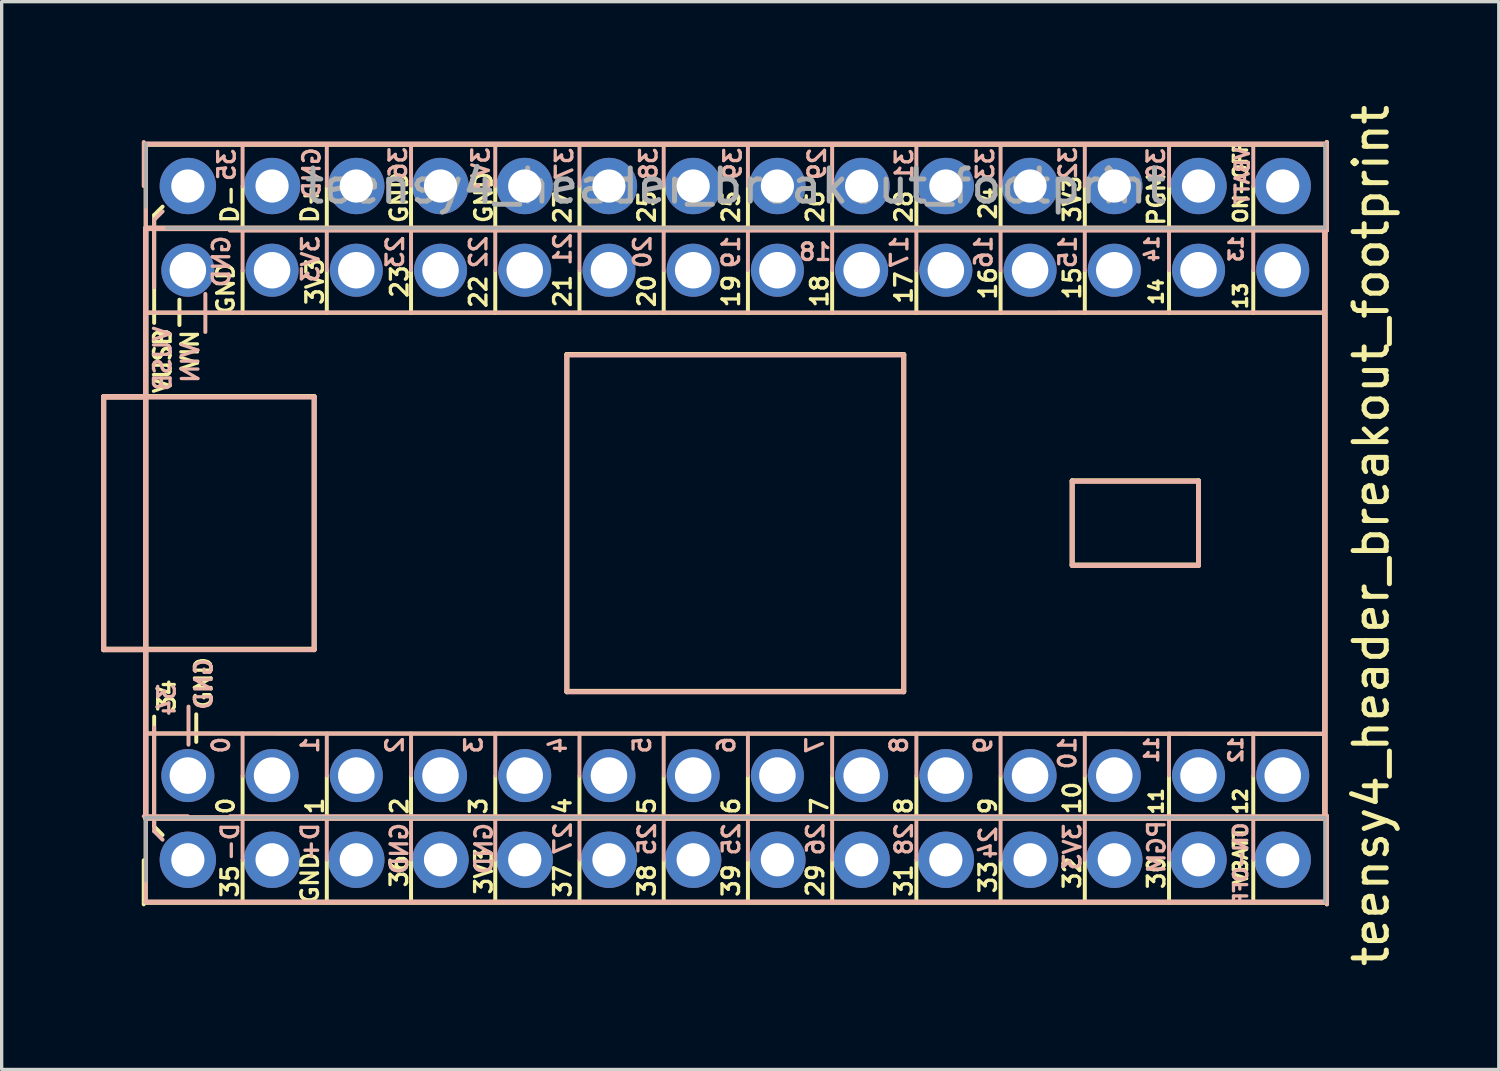
<source format=kicad_pcb>
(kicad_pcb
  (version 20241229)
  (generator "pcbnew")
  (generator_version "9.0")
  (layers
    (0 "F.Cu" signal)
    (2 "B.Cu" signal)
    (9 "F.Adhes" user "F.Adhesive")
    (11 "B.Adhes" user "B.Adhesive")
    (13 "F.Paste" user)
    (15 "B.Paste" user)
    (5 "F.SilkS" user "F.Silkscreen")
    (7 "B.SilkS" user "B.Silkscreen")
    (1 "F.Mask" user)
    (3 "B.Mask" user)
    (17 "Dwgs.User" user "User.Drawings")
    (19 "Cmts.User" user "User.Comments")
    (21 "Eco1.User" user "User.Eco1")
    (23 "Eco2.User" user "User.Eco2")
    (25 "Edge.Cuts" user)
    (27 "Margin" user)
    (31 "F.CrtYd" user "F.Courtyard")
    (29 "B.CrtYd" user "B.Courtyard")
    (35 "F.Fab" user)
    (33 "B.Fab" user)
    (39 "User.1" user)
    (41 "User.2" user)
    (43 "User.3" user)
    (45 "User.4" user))
  (footprint "teensy4_header_breakout_footprint"
    (layer "F.Cu")
    (at 19.125 12.72)
    (property "Reference" "teensy4_header_breakout_footprint" (at 19.177 0.381 90) (layer "F.SilkS") (effects (font (size 1 1) (thickness 0.15))))
    (attr through_hole)
    (fp_line (start -19.05 -3.81) (end -12.7 -3.81) (stroke (width 0.15) (type solid)) (layer "F.SilkS"))
    (fp_line (start -19.05 -3.797) (end -17.78 -3.797) (stroke (width 0.15) (type solid)) (layer "F.SilkS"))
    (fp_line (start -19.05 3.81) (end -19.05 -3.81) (stroke (width 0.15) (type solid)) (layer "F.SilkS"))
    (fp_line (start -19.05 3.823) (end -19.05 -3.797) (stroke (width 0.15) (type solid)) (layer "F.SilkS"))
    (fp_line (start -17.84 11.503) (end -17.84 10.173) (stroke (width 0.12) (type solid)) (layer "F.SilkS"))
    (fp_line (start -17.78 -8.89) (end -17.78 8.89) (stroke (width 0.15) (type solid)) (layer "F.SilkS"))
    (fp_line (start -17.78 -8.877) (end -17.78 8.903) (stroke (width 0.15) (type solid)) (layer "F.SilkS"))
    (fp_line (start -17.78 -6.337) (end 17.78 -6.337) (stroke (width 0.12) (type solid)) (layer "F.SilkS"))
    (fp_line (start -17.78 0.013) (end -17.78 -11.417) (stroke (width 0.12) (type solid)) (layer "F.SilkS"))
    (fp_line (start -17.78 0.013) (end -17.78 11.443) (stroke (width 0.12) (type solid)) (layer "F.SilkS"))
    (fp_line (start -17.78 3.823) (end -19.05 3.823) (stroke (width 0.15) (type solid)) (layer "F.SilkS"))
    (fp_line (start -17.78 8.903) (end 17.78 8.903) (stroke (width 0.15) (type solid)) (layer "F.SilkS"))
    (fp_line (start -17.78 11.443) (end 17.78 11.443) (stroke (width 0.15) (type solid)) (layer "F.SilkS"))
    (fp_line (start -17.526 -9.284) (end -17.272 -9.538) (stroke (width 0.12) (type solid)) (layer "F.SilkS"))
    (fp_line (start -17.526 -6.032) (end -17.526 -9.284) (stroke (width 0.12) (type solid)) (layer "F.SilkS"))
    (fp_line (start -17.526 5.842) (end -17.526 9.157) (stroke (width 0.12) (type solid)) (layer "F.SilkS"))
    (fp_line (start -17.526 9.157) (end -17.272 9.411) (stroke (width 0.12) (type solid)) (layer "F.SilkS"))
    (fp_line (start -16.764 -6.731) (end -16.764 -5.969) (stroke (width 0.12) (type solid)) (layer "F.SilkS"))
    (fp_line (start -16.256 5.773) (end -16.256 6.604) (stroke (width 0.12) (type solid)) (layer "F.SilkS"))
    (fp_line (start -14.859 -8.877) (end -14.859 -10.147) (stroke (width 0.12) (type solid)) (layer "F.SilkS"))
    (fp_line (start -14.859 -6.337) (end -14.859 -7.607) (stroke (width 0.12) (type solid)) (layer "F.SilkS"))
    (fp_line (start -14.859 8.903) (end -14.859 7.633) (stroke (width 0.12) (type solid)) (layer "F.SilkS"))
    (fp_line (start -14.859 11.443) (end -14.859 10.173) (stroke (width 0.12) (type solid)) (layer "F.SilkS"))
    (fp_line (start -12.7 -3.81) (end -12.7 3.81) (stroke (width 0.15) (type solid)) (layer "F.SilkS"))
    (fp_line (start -12.7 3.81) (end -19.05 3.81) (stroke (width 0.15) (type solid)) (layer "F.SilkS"))
    (fp_line (start -12.319 -8.877) (end -12.319 -10.14) (stroke (width 0.12) (type solid)) (layer "F.SilkS"))
    (fp_line (start -12.319 -6.337) (end -12.319 -7.6) (stroke (width 0.12) (type solid)) (layer "F.SilkS"))
    (fp_line (start -12.319 8.903) (end -12.319 7.64) (stroke (width 0.12) (type solid)) (layer "F.SilkS"))
    (fp_line (start -12.319 11.443) (end -12.319 10.18) (stroke (width 0.12) (type solid)) (layer "F.SilkS"))
    (fp_line (start -9.779 -8.877) (end -9.779 -10.14) (stroke (width 0.12) (type solid)) (layer "F.SilkS"))
    (fp_line (start -9.779 -6.337) (end -9.779 -7.6) (stroke (width 0.12) (type solid)) (layer "F.SilkS"))
    (fp_line (start -9.779 8.903) (end -9.779 7.64) (stroke (width 0.12) (type solid)) (layer "F.SilkS"))
    (fp_line (start -9.779 11.443) (end -9.779 10.18) (stroke (width 0.12) (type solid)) (layer "F.SilkS"))
    (fp_line (start -7.239 -8.877) (end -7.239 -10.14) (stroke (width 0.12) (type solid)) (layer "F.SilkS"))
    (fp_line (start -7.239 -6.337) (end -7.239 -7.6) (stroke (width 0.12) (type solid)) (layer "F.SilkS"))
    (fp_line (start -7.239 8.903) (end -7.239 7.64) (stroke (width 0.12) (type solid)) (layer "F.SilkS"))
    (fp_line (start -7.239 11.443) (end -7.239 10.18) (stroke (width 0.12) (type solid)) (layer "F.SilkS"))
    (fp_line (start -5.08 -5.08) (end -5.08 5.08) (stroke (width 0.15) (type solid)) (layer "F.SilkS"))
    (fp_line (start -5.08 5.08) (end 5.08 5.08) (stroke (width 0.15) (type solid)) (layer "F.SilkS"))
    (fp_line (start -4.699 -8.877) (end -4.699 -10.14) (stroke (width 0.12) (type solid)) (layer "F.SilkS"))
    (fp_line (start -4.699 -6.337) (end -4.699 -7.6) (stroke (width 0.12) (type solid)) (layer "F.SilkS"))
    (fp_line (start -4.699 8.903) (end -4.699 7.64) (stroke (width 0.12) (type solid)) (layer "F.SilkS"))
    (fp_line (start -4.699 11.443) (end -4.699 10.18) (stroke (width 0.12) (type solid)) (layer "F.SilkS"))
    (fp_line (start -2.159 -8.877) (end -2.159 -10.14) (stroke (width 0.12) (type solid)) (layer "F.SilkS"))
    (fp_line (start -2.159 -6.337) (end -2.159 -7.6) (stroke (width 0.12) (type solid)) (layer "F.SilkS"))
    (fp_line (start -2.159 8.903) (end -2.159 7.64) (stroke (width 0.12) (type solid)) (layer "F.SilkS"))
    (fp_line (start -2.159 11.443) (end -2.159 10.18) (stroke (width 0.12) (type solid)) (layer "F.SilkS"))
    (fp_line (start 0.381 -8.877) (end 0.381 -10.14) (stroke (width 0.12) (type solid)) (layer "F.SilkS"))
    (fp_line (start 0.381 -6.337) (end 0.381 -7.6) (stroke (width 0.12) (type solid)) (layer "F.SilkS"))
    (fp_line (start 0.381 8.903) (end 0.381 7.64) (stroke (width 0.12) (type solid)) (layer "F.SilkS"))
    (fp_line (start 0.381 11.443) (end 0.381 10.18) (stroke (width 0.12) (type solid)) (layer "F.SilkS"))
    (fp_line (start 2.921 -8.877) (end 2.921 -10.14) (stroke (width 0.12) (type solid)) (layer "F.SilkS"))
    (fp_line (start 2.921 -6.337) (end 2.921 -7.6) (stroke (width 0.12) (type solid)) (layer "F.SilkS"))
    (fp_line (start 2.921 8.903) (end 2.921 7.64) (stroke (width 0.12) (type solid)) (layer "F.SilkS"))
    (fp_line (start 2.921 11.443) (end 2.921 10.18) (stroke (width 0.12) (type solid)) (layer "F.SilkS"))
    (fp_line (start 5.08 -5.08) (end -5.08 -5.08) (stroke (width 0.15) (type solid)) (layer "F.SilkS"))
    (fp_line (start 5.08 5.08) (end 5.08 -5.08) (stroke (width 0.15) (type solid)) (layer "F.SilkS"))
    (fp_line (start 5.461 -8.877) (end 5.461 -10.14) (stroke (width 0.12) (type solid)) (layer "F.SilkS"))
    (fp_line (start 5.461 -6.337) (end 5.461 -7.6) (stroke (width 0.12) (type solid)) (layer "F.SilkS"))
    (fp_line (start 5.461 8.903) (end 5.461 7.64) (stroke (width 0.12) (type solid)) (layer "F.SilkS"))
    (fp_line (start 5.461 11.443) (end 5.461 10.18) (stroke (width 0.12) (type solid)) (layer "F.SilkS"))
    (fp_line (start 8.001 -8.877) (end 8.001 -10.14) (stroke (width 0.12) (type solid)) (layer "F.SilkS"))
    (fp_line (start 8.001 -6.337) (end 8.001 -7.6) (stroke (width 0.12) (type solid)) (layer "F.SilkS"))
    (fp_line (start 8.001 8.903) (end 8.001 7.64) (stroke (width 0.12) (type solid)) (layer "F.SilkS"))
    (fp_line (start 8.001 11.443) (end 8.001 10.18) (stroke (width 0.12) (type solid)) (layer "F.SilkS"))
    (fp_line (start 10.16 -1.27) (end 13.97 -1.27) (stroke (width 0.15) (type solid)) (layer "F.SilkS"))
    (fp_line (start 10.16 1.27) (end 10.16 -1.27) (stroke (width 0.15) (type solid)) (layer "F.SilkS"))
    (fp_line (start 10.541 -8.877) (end 10.541 -10.14) (stroke (width 0.12) (type solid)) (layer "F.SilkS"))
    (fp_line (start 10.541 -6.337) (end 10.541 -7.6) (stroke (width 0.12) (type solid)) (layer "F.SilkS"))
    (fp_line (start 10.541 8.903) (end 10.541 7.64) (stroke (width 0.12) (type solid)) (layer "F.SilkS"))
    (fp_line (start 10.541 11.443) (end 10.541 10.18) (stroke (width 0.12) (type solid)) (layer "F.SilkS"))
    (fp_line (start 13.081 -8.877) (end 13.081 -10.14) (stroke (width 0.12) (type solid)) (layer "F.SilkS"))
    (fp_line (start 13.081 -6.337) (end 13.081 -7.6) (stroke (width 0.12) (type solid)) (layer "F.SilkS"))
    (fp_line (start 13.081 8.903) (end 13.081 7.64) (stroke (width 0.12) (type solid)) (layer "F.SilkS"))
    (fp_line (start 13.081 11.443) (end 13.081 10.18) (stroke (width 0.12) (type solid)) (layer "F.SilkS"))
    (fp_line (start 13.97 -1.27) (end 13.97 1.27) (stroke (width 0.15) (type solid)) (layer "F.SilkS"))
    (fp_line (start 13.97 1.27) (end 10.16 1.27) (stroke (width 0.15) (type solid)) (layer "F.SilkS"))
    (fp_line (start 15.621 -8.877) (end 15.621 -10.14) (stroke (width 0.12) (type solid)) (layer "F.SilkS"))
    (fp_line (start 15.621 -6.337) (end 15.621 -7.6) (stroke (width 0.12) (type solid)) (layer "F.SilkS"))
    (fp_line (start 15.621 8.903) (end 15.621 7.64) (stroke (width 0.12) (type solid)) (layer "F.SilkS"))
    (fp_line (start 15.621 11.443) (end 15.621 10.18) (stroke (width 0.12) (type solid)) (layer "F.SilkS"))
    (fp_line (start 17.78 -11.417) (end -17.78 -11.417) (stroke (width 0.15) (type solid)) (layer "F.SilkS"))
    (fp_line (start 17.78 -8.89) (end -17.78 -8.89) (stroke (width 0.15) (type solid)) (layer "F.SilkS"))
    (fp_line (start 17.78 6.363) (end -17.78 6.35) (stroke (width 0.12) (type solid)) (layer "F.SilkS"))
    (fp_line (start 17.78 8.89) (end 17.78 -8.89) (stroke (width 0.15) (type solid)) (layer "F.SilkS"))
    (fp_line (start 17.78 8.903) (end 17.78 -8.877) (stroke (width 0.15) (type solid)) (layer "F.SilkS"))
    (fp_line (start 17.84 -8.83) (end 17.84 -11.49) (stroke (width 0.12) (type solid)) (layer "F.SilkS"))
    (fp_line (start 17.84 -8.817) (end 17.84 -11.477) (stroke (width 0.12) (type solid)) (layer "F.SilkS"))
    (fp_line (start 17.84 11.49) (end 17.84 8.83) (stroke (width 0.12) (type solid)) (layer "F.SilkS"))
    (fp_line (start 17.84 11.503) (end 17.84 8.843) (stroke (width 0.12) (type solid)) (layer "F.SilkS"))
    (fp_line (start -19.05 -3.807) (end -19.05 3.813) (stroke (width 0.15) (type solid)) (layer "B.SilkS"))
    (fp_line (start -19.05 -3.795) (end -19.05 3.825) (stroke (width 0.15) (type solid)) (layer "B.SilkS"))
    (fp_line (start -19.05 3.813) (end -17.78 3.813) (stroke (width 0.15) (type solid)) (layer "B.SilkS"))
    (fp_line (start -19.05 3.825) (end -12.7 3.825) (stroke (width 0.15) (type solid)) (layer "B.SilkS"))
    (fp_line (start -17.84 -11.487) (end -17.84 -10.157) (stroke (width 0.12) (type solid)) (layer "B.SilkS"))
    (fp_line (start -17.78 -11.427) (end 17.78 -11.427) (stroke (width 0.15) (type solid)) (layer "B.SilkS"))
    (fp_line (start -17.78 -8.887) (end 17.78 -8.887) (stroke (width 0.15) (type solid)) (layer "B.SilkS"))
    (fp_line (start -17.78 -8.875) (end 17.78 -8.875) (stroke (width 0.15) (type solid)) (layer "B.SilkS"))
    (fp_line (start -17.78 -6.347) (end 9.754 -6.345) (stroke (width 0.12) (type solid)) (layer "B.SilkS"))
    (fp_line (start -17.78 -3.807) (end -19.05 -3.807) (stroke (width 0.15) (type solid)) (layer "B.SilkS"))
    (fp_line (start -17.78 0.003) (end -17.78 -11.427) (stroke (width 0.12) (type solid)) (layer "B.SilkS"))
    (fp_line (start -17.78 0.003) (end -17.78 11.433) (stroke (width 0.12) (type solid)) (layer "B.SilkS"))
    (fp_line (start -17.78 6.353) (end 17.78 6.353) (stroke (width 0.12) (type solid)) (layer "B.SilkS"))
    (fp_line (start -17.78 8.893) (end -17.78 -8.887) (stroke (width 0.15) (type solid)) (layer "B.SilkS"))
    (fp_line (start -17.78 8.905) (end -17.78 -8.875) (stroke (width 0.15) (type solid)) (layer "B.SilkS"))
    (fp_line (start -17.526 -9.141) (end -17.272 -9.395) (stroke (width 0.12) (type solid)) (layer "B.SilkS"))
    (fp_line (start -17.526 -7.109) (end -17.526 -9.141) (stroke (width 0.12) (type solid)) (layer "B.SilkS"))
    (fp_line (start -17.526 6.175) (end -17.526 9.299) (stroke (width 0.12) (type solid)) (layer "B.SilkS"))
    (fp_line (start -17.526 9.299) (end -17.272 9.553) (stroke (width 0.12) (type solid)) (layer "B.SilkS"))
    (fp_line (start -16.51 8.845) (end -17.84 8.845) (stroke (width 0.12) (type solid)) (layer "B.SilkS"))
    (fp_line (start -16.49 6.688) (end -16.49 5.54) (stroke (width 0.12) (type solid)) (layer "B.SilkS"))
    (fp_line (start -15.982 -5.758) (end -15.982 -6.906) (stroke (width 0.12) (type solid)) (layer "B.SilkS"))
    (fp_line (start -15.24 -8.815) (end 17.84 -8.815) (stroke (width 0.12) (type solid)) (layer "B.SilkS"))
    (fp_line (start -15.24 8.845) (end 17.84 8.845) (stroke (width 0.12) (type solid)) (layer "B.SilkS"))
    (fp_line (start -14.859 -11.427) (end -14.859 -10.157) (stroke (width 0.12) (type solid)) (layer "B.SilkS"))
    (fp_line (start -14.859 -8.887) (end -14.859 -7.617) (stroke (width 0.12) (type solid)) (layer "B.SilkS"))
    (fp_line (start -14.859 6.353) (end -14.859 7.623) (stroke (width 0.12) (type solid)) (layer "B.SilkS"))
    (fp_line (start -14.859 8.893) (end -14.859 10.163) (stroke (width 0.12) (type solid)) (layer "B.SilkS"))
    (fp_line (start -12.7 -3.795) (end -19.05 -3.795) (stroke (width 0.15) (type solid)) (layer "B.SilkS"))
    (fp_line (start -12.7 3.825) (end -12.7 -3.795) (stroke (width 0.15) (type solid)) (layer "B.SilkS"))
    (fp_line (start -12.319 -11.427) (end -12.319 -10.164) (stroke (width 0.12) (type solid)) (layer "B.SilkS"))
    (fp_line (start -12.319 -8.887) (end -12.319 -7.624) (stroke (width 0.12) (type solid)) (layer "B.SilkS"))
    (fp_line (start -12.319 6.353) (end -12.319 7.616) (stroke (width 0.12) (type solid)) (layer "B.SilkS"))
    (fp_line (start -12.319 8.893) (end -12.319 10.156) (stroke (width 0.12) (type solid)) (layer "B.SilkS"))
    (fp_line (start -9.779 -11.427) (end -9.779 -10.164) (stroke (width 0.12) (type solid)) (layer "B.SilkS"))
    (fp_line (start -9.779 -8.887) (end -9.779 -7.624) (stroke (width 0.12) (type solid)) (layer "B.SilkS"))
    (fp_line (start -9.779 6.353) (end -9.779 7.616) (stroke (width 0.12) (type solid)) (layer "B.SilkS"))
    (fp_line (start -9.779 8.893) (end -9.779 10.156) (stroke (width 0.12) (type solid)) (layer "B.SilkS"))
    (fp_line (start -7.239 -11.427) (end -7.239 -10.164) (stroke (width 0.12) (type solid)) (layer "B.SilkS"))
    (fp_line (start -7.239 -8.887) (end -7.239 -7.624) (stroke (width 0.12) (type solid)) (layer "B.SilkS"))
    (fp_line (start -7.239 6.353) (end -7.239 7.616) (stroke (width 0.12) (type solid)) (layer "B.SilkS"))
    (fp_line (start -7.239 8.893) (end -7.239 10.156) (stroke (width 0.12) (type solid)) (layer "B.SilkS"))
    (fp_line (start -5.08 -5.065) (end 5.08 -5.065) (stroke (width 0.15) (type solid)) (layer "B.SilkS"))
    (fp_line (start -5.08 5.095) (end -5.08 -5.065) (stroke (width 0.15) (type solid)) (layer "B.SilkS"))
    (fp_line (start -4.699 -11.427) (end -4.699 -10.164) (stroke (width 0.12) (type solid)) (layer "B.SilkS"))
    (fp_line (start -4.699 -8.887) (end -4.699 -7.624) (stroke (width 0.12) (type solid)) (layer "B.SilkS"))
    (fp_line (start -4.699 6.353) (end -4.699 7.616) (stroke (width 0.12) (type solid)) (layer "B.SilkS"))
    (fp_line (start -4.699 8.893) (end -4.699 10.156) (stroke (width 0.12) (type solid)) (layer "B.SilkS"))
    (fp_line (start -2.159 -11.427) (end -2.159 -10.164) (stroke (width 0.12) (type solid)) (layer "B.SilkS"))
    (fp_line (start -2.159 -8.887) (end -2.159 -7.624) (stroke (width 0.12) (type solid)) (layer "B.SilkS"))
    (fp_line (start -2.159 6.353) (end -2.159 7.616) (stroke (width 0.12) (type solid)) (layer "B.SilkS"))
    (fp_line (start -2.159 8.893) (end -2.159 10.156) (stroke (width 0.12) (type solid)) (layer "B.SilkS"))
    (fp_line (start 0.381 -11.427) (end 0.381 -10.164) (stroke (width 0.12) (type solid)) (layer "B.SilkS"))
    (fp_line (start 0.381 -8.887) (end 0.381 -7.624) (stroke (width 0.12) (type solid)) (layer "B.SilkS"))
    (fp_line (start 0.381 6.353) (end 0.381 7.616) (stroke (width 0.12) (type solid)) (layer "B.SilkS"))
    (fp_line (start 0.381 8.893) (end 0.381 10.156) (stroke (width 0.12) (type solid)) (layer "B.SilkS"))
    (fp_line (start 2.921 -11.427) (end 2.921 -10.164) (stroke (width 0.12) (type solid)) (layer "B.SilkS"))
    (fp_line (start 2.921 -8.887) (end 2.921 -7.624) (stroke (width 0.12) (type solid)) (layer "B.SilkS"))
    (fp_line (start 2.921 6.353) (end 2.921 7.616) (stroke (width 0.12) (type solid)) (layer "B.SilkS"))
    (fp_line (start 2.921 8.893) (end 2.921 10.156) (stroke (width 0.12) (type solid)) (layer "B.SilkS"))
    (fp_line (start 5.08 -5.065) (end 5.08 5.095) (stroke (width 0.15) (type solid)) (layer "B.SilkS"))
    (fp_line (start 5.08 5.095) (end -5.08 5.095) (stroke (width 0.15) (type solid)) (layer "B.SilkS"))
    (fp_line (start 5.461 -11.427) (end 5.461 -10.164) (stroke (width 0.12) (type solid)) (layer "B.SilkS"))
    (fp_line (start 5.461 -8.887) (end 5.461 -7.624) (stroke (width 0.12) (type solid)) (layer "B.SilkS"))
    (fp_line (start 5.461 6.353) (end 5.461 7.616) (stroke (width 0.12) (type solid)) (layer "B.SilkS"))
    (fp_line (start 5.461 8.893) (end 5.461 10.156) (stroke (width 0.12) (type solid)) (layer "B.SilkS"))
    (fp_line (start 8.001 -11.427) (end 8.001 -10.164) (stroke (width 0.12) (type solid)) (layer "B.SilkS"))
    (fp_line (start 8.001 -8.887) (end 8.001 -7.624) (stroke (width 0.12) (type solid)) (layer "B.SilkS"))
    (fp_line (start 8.001 6.353) (end 8.001 7.616) (stroke (width 0.12) (type solid)) (layer "B.SilkS"))
    (fp_line (start 8.001 8.893) (end 8.001 10.156) (stroke (width 0.12) (type solid)) (layer "B.SilkS"))
    (fp_line (start 10.16 -1.255) (end 10.16 1.285) (stroke (width 0.15) (type solid)) (layer "B.SilkS"))
    (fp_line (start 10.16 1.285) (end 13.97 1.285) (stroke (width 0.15) (type solid)) (layer "B.SilkS"))
    (fp_line (start 10.541 -11.427) (end 10.541 -10.164) (stroke (width 0.12) (type solid)) (layer "B.SilkS"))
    (fp_line (start 10.541 -8.887) (end 10.541 -7.624) (stroke (width 0.12) (type solid)) (layer "B.SilkS"))
    (fp_line (start 10.541 6.353) (end 10.541 7.616) (stroke (width 0.12) (type solid)) (layer "B.SilkS"))
    (fp_line (start 10.541 8.893) (end 10.541 10.156) (stroke (width 0.12) (type solid)) (layer "B.SilkS"))
    (fp_line (start 13.081 -11.427) (end 13.081 -10.164) (stroke (width 0.12) (type solid)) (layer "B.SilkS"))
    (fp_line (start 13.081 -8.887) (end 13.081 -7.624) (stroke (width 0.12) (type solid)) (layer "B.SilkS"))
    (fp_line (start 13.081 6.353) (end 13.081 7.616) (stroke (width 0.12) (type solid)) (layer "B.SilkS"))
    (fp_line (start 13.081 8.893) (end 13.081 10.156) (stroke (width 0.12) (type solid)) (layer "B.SilkS"))
    (fp_line (start 13.97 -1.255) (end 10.16 -1.255) (stroke (width 0.15) (type solid)) (layer "B.SilkS"))
    (fp_line (start 13.97 1.285) (end 13.97 -1.255) (stroke (width 0.15) (type solid)) (layer "B.SilkS"))
    (fp_line (start 15.621 -11.427) (end 15.621 -10.164) (stroke (width 0.12) (type solid)) (layer "B.SilkS"))
    (fp_line (start 15.621 -8.887) (end 15.621 -7.624) (stroke (width 0.12) (type solid)) (layer "B.SilkS"))
    (fp_line (start 15.621 6.353) (end 15.621 7.616) (stroke (width 0.12) (type solid)) (layer "B.SilkS"))
    (fp_line (start 15.621 8.893) (end 15.621 10.156) (stroke (width 0.12) (type solid)) (layer "B.SilkS"))
    (fp_line (start 17.78 -8.887) (end 17.78 8.893) (stroke (width 0.15) (type solid)) (layer "B.SilkS"))
    (fp_line (start 17.78 -8.875) (end 17.78 8.905) (stroke (width 0.15) (type solid)) (layer "B.SilkS"))
    (fp_line (start 17.78 -6.347) (end 9.779 -6.347) (stroke (width 0.12) (type solid)) (layer "B.SilkS"))
    (fp_line (start 17.78 8.893) (end -17.78 8.893) (stroke (width 0.15) (type solid)) (layer "B.SilkS"))
    (fp_line (start 17.78 8.905) (end -17.78 8.905) (stroke (width 0.15) (type solid)) (layer "B.SilkS"))
    (fp_line (start 17.78 11.433) (end -17.78 11.433) (stroke (width 0.15) (type solid)) (layer "B.SilkS"))
    (fp_line (start 17.84 -11.487) (end 17.84 -8.827) (stroke (width 0.12) (type solid)) (layer "B.SilkS"))
    (fp_line (start 17.84 -11.475) (end 17.84 -8.815) (stroke (width 0.12) (type solid)) (layer "B.SilkS"))
    (fp_line (start 17.84 8.833) (end 17.84 11.493) (stroke (width 0.12) (type solid)) (layer "B.SilkS"))
    (fp_line (start 17.84 8.845) (end 17.84 11.505) (stroke (width 0.12) (type solid)) (layer "B.SilkS"))
    (fp_line (start -17.78 -9.525) (end -17.78 -11.43) (stroke (width 0.1) (type solid)) (layer "F.Fab"))
    (fp_line (start -17.78 8.89) (end 17.78 8.89) (stroke (width 0.1) (type solid)) (layer "F.Fab"))
    (fp_line (start -17.78 10.795) (end -17.78 8.89) (stroke (width 0.1) (type solid)) (layer "F.Fab"))
    (fp_line (start 17.78 -11.43) (end 17.78 -8.89) (stroke (width 0.1) (type solid)) (layer "F.Fab"))
    (fp_line (start 17.78 -8.89) (end -17.145 -8.89) (stroke (width 0.1) (type solid)) (layer "F.Fab"))
    (fp_line (start 17.78 8.89) (end 17.78 11.43) (stroke (width 0.1) (type solid)) (layer "F.Fab"))
    (fp_text user "1" (at -12.679 8.538 90) (layer "F.SilkS") (effects (font (size 0.5 0.5) (thickness 0.1))))
    (fp_text user "3" (at -7.747 8.538 90) (layer "F.SilkS") (effects (font (size 0.5 0.5) (thickness 0.1))))
    (fp_text user "22" (at -7.747 -6.972 90) (layer "F.SilkS") (effects (font (size 0.5 0.5) (thickness 0.1))))
    (fp_text user "36" (at -10.139 10.502 90) (layer "F.SilkS") (effects (font (size 0.5 0.5) (thickness 0.1))))
    (fp_text user "32" (at 10.16 10.554 90) (layer "F.SilkS") (effects (font (size 0.5 0.5) (thickness 0.1))))
    (fp_text user "GND" (at -7.588 -9.818 90) (layer "F.SilkS") (effects (font (size 0.5 0.5) (thickness 0.1))))
    (fp_text user "39" (at -0.127 10.788 90) (layer "F.SilkS") (effects (font (size 0.5 0.5) (thickness 0.1))))
    (fp_text user "38" (at -2.667 10.788 90) (layer "F.SilkS") (effects (font (size 0.5 0.5) (thickness 0.1))))
    (fp_text user "34" (at -17.145 5.207 90) (layer "F.SilkS") (effects (font (size 0.5 0.5) (thickness 0.1))))
    (fp_text user "2" (at -10.128 8.538 90) (layer "F.SilkS") (effects (font (size 0.5 0.5) (thickness 0.1))))
    (fp_text user "37" (at -5.207 10.808 90) (layer "F.SilkS") (effects (font (size 0.5 0.5) (thickness 0.1))))
    (fp_text user "VUSB" (at -17.272 -4.889 90) (layer "F.SilkS") (effects (font (size 0.5 0.5) (thickness 0.1))))
    (fp_text user "26" (at 2.413 -9.532 90) (layer "F.SilkS") (effects (font (size 0.5 0.5) (thickness 0.1))))
    (fp_text user "16" (at 7.62 -7.226 90) (layer "F.SilkS") (effects (font (size 0.5 0.5) (thickness 0.1))))
    (fp_text user "9" (at 7.62 8.538 90) (layer "F.SilkS") (effects (font (size 0.5 0.5) (thickness 0.1))))
    (fp_text user "12" (at 15.24 8.395 90) (layer "F.SilkS") (effects (font (size 0.4 0.4) (thickness 0.1))))
    (fp_text user "VIN" (at -16.447 -5.207 90) (layer "F.SilkS") (effects (font (size 0.5 0.5) (thickness 0.1))))
    (fp_text user "GND" (at -12.827 10.704 90) (layer "F.SilkS") (effects (font (size 0.5 0.5) (thickness 0.1))))
    (fp_text user "17" (at 5.08 -7.099 90) (layer "F.SilkS") (effects (font (size 0.5 0.5) (thickness 0.1))))
    (fp_text user "3V3" (at -12.679 -7.278 90) (layer "F.SilkS") (effects (font (size 0.5 0.5) (thickness 0.1))))
    (fp_text user "PGM" (at 12.7 -9.766 90) (layer "F.SilkS") (effects (font (size 0.5 0.5) (thickness 0.1))))
    (fp_text user "3V3" (at -7.588 10.502 90) (layer "F.SilkS") (effects (font (size 0.5 0.5) (thickness 0.1))))
    (fp_text user "31" (at 5.08 10.788 90) (layer "F.SilkS") (effects (font (size 0.5 0.5) (thickness 0.1))))
    (fp_text user "7" (at 2.54 8.538 90) (layer "F.SilkS") (effects (font (size 0.5 0.5) (thickness 0.1))))
    (fp_text user "20" (at -2.667 -6.992 90) (layer "F.SilkS") (effects (font (size 0.5 0.5) (thickness 0.1))))
    (fp_text user "13" (at 15.24 -6.845 90) (layer "F.SilkS") (effects (font (size 0.4 0.4) (thickness 0.1))))
    (fp_text user "0" (at -15.367 8.538 90) (layer "F.SilkS") (effects (font (size 0.5 0.5) (thickness 0.1))))
    (fp_text user "15" (at 10.16 -7.226 90) (layer "F.SilkS") (effects (font (size 0.5 0.5) (thickness 0.1))))
    (fp_text user "33" (at 7.62 10.681 90) (layer "F.SilkS") (effects (font (size 0.5 0.5) (thickness 0.1))))
    (fp_text user "ON-OFF" (at 15.24 -10.274 90) (layer "F.SilkS") (effects (font (size 0.4 0.4) (thickness 0.1))))
    (fp_text user "28" (at 5.08 -9.532 90) (layer "F.SilkS") (effects (font (size 0.5 0.5) (thickness 0.1))))
    (fp_text user "D+" (at -12.827 -9.616 90) (layer "F.SilkS") (effects (font (size 0.5 0.5) (thickness 0.1))))
    (fp_text user "18" (at 2.54 -6.992 90) (layer "F.SilkS") (effects (font (size 0.5 0.5) (thickness 0.1))))
    (fp_text user "24" (at 7.62 -9.639 90) (layer "F.SilkS") (effects (font (size 0.5 0.5) (thickness 0.1))))
    (fp_text user "GND" (at -10.139 -9.818 90) (layer "F.SilkS") (effects (font (size 0.5 0.5) (thickness 0.1))))
    (fp_text user "4" (at -5.207 8.538 90) (layer "F.SilkS") (effects (font (size 0.5 0.5) (thickness 0.1))))
    (fp_text user "19" (at -0.127 -6.992 90) (layer "F.SilkS") (effects (font (size 0.5 0.5) (thickness 0.1))))
    (fp_text user "30" (at 12.7 10.554 90) (layer "F.SilkS") (effects (font (size 0.5 0.5) (thickness 0.1))))
    (fp_text user "5" (at -2.667 8.538 90) (layer "F.SilkS") (effects (font (size 0.5 0.5) (thickness 0.1))))
    (fp_text user "8" (at 5.08 8.538 90) (layer "F.SilkS") (effects (font (size 0.5 0.5) (thickness 0.1))))
    (fp_text user "29" (at 2.413 10.788 90) (layer "F.SilkS") (effects (font (size 0.5 0.5) (thickness 0.1))))
    (fp_text user "11" (at 12.7 8.395 90) (layer "F.SilkS") (effects (font (size 0.4 0.4) (thickness 0.1))))
    (fp_text user "25" (at -2.667 -9.532 90) (layer "F.SilkS") (effects (font (size 0.5 0.5) (thickness 0.1))))
    (fp_text user "35" (at -15.24 10.808 90) (layer "F.SilkS") (effects (font (size 0.5 0.5) (thickness 0.1))))
    (fp_text user "10" (at 10.16 8.299 90) (layer "F.SilkS") (effects (font (size 0.5 0.5) (thickness 0.1))))
    (fp_text user "GND" (at -16.038 4.822 90) (layer "F.SilkS") (effects (font (size 0.5 0.5) (thickness 0.1))))
    (fp_text user "6" (at -0.127 8.538 90) (layer "F.SilkS") (effects (font (size 0.5 0.5) (thickness 0.1))))
    (fp_text user "3V3" (at 10.16 -9.766 90) (layer "F.SilkS") (effects (font (size 0.5 0.5) (thickness 0.1))))
    (fp_text user "27" (at -5.207 -9.512 90) (layer "F.SilkS") (effects (font (size 0.5 0.5) (thickness 0.1))))
    (fp_text user "21" (at -5.207 -6.992 90) (layer "F.SilkS") (effects (font (size 0.5 0.5) (thickness 0.1))))
    (fp_text user "14" (at 12.7 -6.972 90) (layer "F.SilkS") (effects (font (size 0.4 0.4) (thickness 0.1))))
    (fp_text user "D-" (at -15.24 -9.616 90) (layer "F.SilkS") (effects (font (size 0.5 0.5) (thickness 0.1))))
    (fp_text user "23" (at -10.128 -7.278 90) (layer "F.SilkS") (effects (font (size 0.5 0.5) (thickness 0.1))))
    (fp_text user "VBATT" (at 15.24 10.046 90) (layer "F.SilkS") (effects (font (size 0.4 0.4) (thickness 0.1))))
    (fp_text user "GND" (at -15.367 -7.076 90) (layer "F.SilkS") (effects (font (size 0.5 0.5) (thickness 0.1))))
    (fp_text user "25" (at -0.127 -9.532 90) (layer "F.SilkS") (effects (font (size 0.5 0.5) (thickness 0.1))))
    (fp_text user "17" (at 4.948 -8.171 90) (layer "B.SilkS") (effects (font (size 0.5 0.5) (thickness 0.1)) (justify mirror)))
    (fp_text user "8" (at 4.938 6.702 90) (layer "B.SilkS") (effects (font (size 0.5 0.5) (thickness 0.1)) (justify mirror)))
    (fp_text user "D+" (at -12.822 9.621 90) (layer "B.SilkS") (effects (font (size 0.5 0.5) (thickness 0.1)) (justify mirror)))
    (fp_text user "5" (at -2.809 6.702 90) (layer "B.SilkS") (effects (font (size 0.5 0.5) (thickness 0.1)) (justify mirror)))
    (fp_text user "37" (at -5.156 -10.833 90) (layer "B.SilkS") (effects (font (size 0.5 0.5) (thickness 0.1)) (justify mirror)))
    (fp_text user "2" (at -10.27 6.702 90) (layer "B.SilkS") (effects (font (size 0.5 0.5) (thickness 0.1)) (justify mirror)))
    (fp_text user "19" (at -0.127 -8.171 90) (layer "B.SilkS") (effects (font (size 0.5 0.5) (thickness 0.1)) (justify mirror)))
    (fp_text user "GND" (at -10.134 9.823 90) (layer "B.SilkS") (effects (font (size 0.5 0.5) (thickness 0.1)) (justify mirror)))
    (fp_text user "13" (at 15.108 -8.266 90) (layer "B.SilkS") (effects (font (size 0.4 0.4) (thickness 0.1)) (justify mirror)))
    (fp_text user "23" (at -10.26 -8.171 90) (layer "B.SilkS") (effects (font (size 0.5 0.5) (thickness 0.1)) (justify mirror)))
    (fp_text user "24" (at 7.625 9.644 90) (layer "B.SilkS") (effects (font (size 0.5 0.5) (thickness 0.1)) (justify mirror)))
    (fp_text user "GND" (at -15.499 -7.885 90) (layer "B.SilkS") (effects (font (size 0.5 0.5) (thickness 0.1)) (justify mirror)))
    (fp_text user "3" (at -7.889 6.702 90) (layer "B.SilkS") (effects (font (size 0.5 0.5) (thickness 0.1)) (justify mirror)))
    (fp_text user "9" (at 7.478 6.702 90) (layer "B.SilkS") (effects (font (size 0.5 0.5) (thickness 0.1)) (justify mirror)))
    (fp_text user "20" (at -2.799 -8.171 90) (layer "B.SilkS") (effects (font (size 0.5 0.5) (thickness 0.1)) (justify mirror)))
    (fp_text user "28" (at 5.085 9.537 90) (layer "B.SilkS") (effects (font (size 0.5 0.5) (thickness 0.1)) (justify mirror)))
    (fp_text user "29" (at 2.464 -10.833 90) (layer "B.SilkS") (effects (font (size 0.5 0.5) (thickness 0.1)) (justify mirror)))
    (fp_text user "3V3" (at -12.811 -7.956 270) (layer "B.SilkS") (effects (font (size 0.5 0.5) (thickness 0.1)) (justify mirror)))
    (fp_text user "31" (at 5.095 -10.795 90) (layer "B.SilkS") (effects (font (size 0.5 0.5) (thickness 0.1)) (justify mirror)))
    (fp_text user "10" (at 10.018 6.941 90) (layer "B.SilkS") (effects (font (size 0.5 0.5) (thickness 0.1)) (justify mirror)))
    (fp_text user "D-" (at -15.235 9.621 90) (layer "B.SilkS") (effects (font (size 0.5 0.5) (thickness 0.1)) (justify mirror)))
    (fp_text user "25" (at -0.122 9.537 270) (layer "B.SilkS") (effects (font (size 0.5 0.5) (thickness 0.1)) (justify mirror)))
    (fp_text user "1" (at -12.821 6.702 90) (layer "B.SilkS") (effects (font (size 0.5 0.5) (thickness 0.1)) (justify mirror)))
    (fp_text user "3V3" (at -7.676 -10.632 90) (layer "B.SilkS") (effects (font (size 0.5 0.5) (thickness 0.1)) (justify mirror)))
    (fp_text user "18" (at 2.408 -8.171 180) (layer "B.SilkS") (effects (font (size 0.5 0.5) (thickness 0.1)) (justify mirror)))
    (fp_text user "PGM" (at 12.705 9.771 90) (layer "B.SilkS") (effects (font (size 0.5 0.5) (thickness 0.1)) (justify mirror)))
    (fp_text user "33" (at 7.539 -10.82 90) (layer "B.SilkS") (effects (font (size 0.5 0.5) (thickness 0.1)) (justify mirror)))
    (fp_text user "39" (at -0.076 -10.833 90) (layer "B.SilkS") (effects (font (size 0.5 0.5) (thickness 0.1)) (justify mirror)))
    (fp_text user "GND" (at -16.032 4.862 90) (layer "B.SilkS") (effects (font (size 0.5 0.5) (thickness 0.1)) (justify mirror)))
    (fp_text user "6" (at -0.269 6.702 90) (layer "B.SilkS") (effects (font (size 0.5 0.5) (thickness 0.1)) (justify mirror)))
    (fp_text user "26" (at 2.418 9.537 90) (layer "B.SilkS") (effects (font (size 0.5 0.5) (thickness 0.1)) (justify mirror)))
    (fp_text user "4" (at -5.349 6.702 90) (layer "B.SilkS") (effects (font (size 0.5 0.5) (thickness 0.1)) (justify mirror)))
    (fp_text user "27" (at -5.202 9.517 270) (layer "B.SilkS") (effects (font (size 0.5 0.5) (thickness 0.1)) (justify mirror)))
    (fp_text user "35" (at -15.337 -10.8 90) (layer "B.SilkS") (effects (font (size 0.5 0.5) (thickness 0.1)) (justify mirror)))
    (fp_text user "15" (at 10.028 -8.171 90) (layer "B.SilkS") (effects (font (size 0.5 0.5) (thickness 0.1)) (justify mirror)))
    (fp_text user "7" (at 2.398 6.702 90) (layer "B.SilkS") (effects (font (size 0.5 0.5) (thickness 0.1)) (justify mirror)))
    (fp_text user "VBATT" (at 15.291 -10.462 90) (layer "B.SilkS") (effects (font (size 0.4 0.4) (thickness 0.1)) (justify mirror)))
    (fp_text user "38" (at -2.616 -10.833 90) (layer "B.SilkS") (effects (font (size 0.5 0.5) (thickness 0.1)) (justify mirror)))
    (fp_text user "VIN" (at -16.434 -4.831 90) (layer "B.SilkS") (effects (font (size 0.5 0.5) (thickness 0.1)) (justify mirror)))
    (fp_text user "22" (at -7.747 -8.171 90) (layer "B.SilkS") (effects (font (size 0.5 0.5) (thickness 0.1)) (justify mirror)))
    (fp_text user "14" (at 12.568 -8.266 90) (layer "B.SilkS") (effects (font (size 0.4 0.4) (thickness 0.1)) (justify mirror)))
    (fp_text user "34" (at -17.145 5.334 90) (layer "B.SilkS") (effects (font (size 0.5 0.5) (thickness 0.1)) (justify mirror)))
    (fp_text user "3V3" (at 10.165 9.771 270) (layer "B.SilkS") (effects (font (size 0.5 0.5) (thickness 0.1)) (justify mirror)))
    (fp_text user "25" (at -2.662 9.537 270) (layer "B.SilkS") (effects (font (size 0.5 0.5) (thickness 0.1)) (justify mirror)))
    (fp_text user "30" (at 12.69 -10.82 90) (layer "B.SilkS") (effects (font (size 0.5 0.5) (thickness 0.1)) (justify mirror)))
    (fp_text user "ON-OFF" (at 15.245 10.279 90) (layer "B.SilkS") (effects (font (size 0.4 0.4) (thickness 0.1)) (justify mirror)))
    (fp_text user "21" (at -5.207 -8.255 90) (layer "B.SilkS") (effects (font (size 0.5 0.5) (thickness 0.1)) (justify mirror)))
    (fp_text user "36" (at -10.17 -10.851 90) (layer "B.SilkS") (effects (font (size 0.5 0.5) (thickness 0.1)) (justify mirror)))
    (fp_text user "32" (at 10.033 -10.851 90) (layer "B.SilkS") (effects (font (size 0.5 0.5) (thickness 0.1)) (justify mirror)))
    (fp_text user "GND" (at -12.776 -10.547 90) (layer "B.SilkS") (effects (font (size 0.5 0.5) (thickness 0.1)) (justify mirror)))
    (fp_text user "0" (at -15.509 6.702 270) (layer "B.SilkS") (effects (font (size 0.5 0.5) (thickness 0.1)) (justify mirror)))
    (fp_text user "12" (at 15.098 6.845 90) (layer "B.SilkS") (effects (font (size 0.4 0.4) (thickness 0.1)) (justify mirror)))
    (fp_text user "11" (at 12.558 6.845 90) (layer "B.SilkS") (effects (font (size 0.4 0.4) (thickness 0.1)) (justify mirror)))
    (fp_text user "16" (at 7.488 -8.171 90) (layer "B.SilkS") (effects (font (size 0.5 0.5) (thickness 0.1)) (justify mirror)))
    (fp_text user "GND" (at -7.583 9.823 270) (layer "B.SilkS") (effects (font (size 0.5 0.5) (thickness 0.1)) (justify mirror)))
    (fp_text user "VUSB" (at -17.272 -4.953 90) (layer "B.SilkS") (effects (font (size 0.5 0.5) (thickness 0.1)) (justify mirror)))
    (fp_text user "${REFERENCE}" (at 0 -10.16 0) (layer "F.Fab") (effects (font (size 1 1) (thickness 0.15))))
    (pad "1" thru_hole circle (at -16.51 7.62) (size 1.6 1.6) (drill 1.1) (layers "*.Cu" "*.Mask"))
    (pad "1" thru_hole oval (at -8.89 -10.16 90) (size 1.7 1.7) (drill 1) (layers "*.Cu" "*.Mask"))
    (pad "1" thru_hole oval (at -6.35 -10.16 90) (size 1.7 1.7) (drill 1) (layers "*.Cu" "*.Mask"))
    (pad "2" thru_hole circle (at -13.97 7.62) (size 1.6 1.6) (drill 1.1) (layers "*.Cu" "*.Mask"))
    (pad "3" thru_hole circle (at -11.43 7.62) (size 1.6 1.6) (drill 1.1) (layers "*.Cu" "*.Mask"))
    (pad "4" thru_hole circle (at -8.89 7.62) (size 1.6 1.6) (drill 1.1) (layers "*.Cu" "*.Mask"))
    (pad "5" thru_hole circle (at -6.35 7.62) (size 1.6 1.6) (drill 1.1) (layers "*.Cu" "*.Mask"))
    (pad "6" thru_hole circle (at -3.81 7.62) (size 1.6 1.6) (drill 1.1) (layers "*.Cu" "*.Mask"))
    (pad "7" thru_hole circle (at -1.27 7.62) (size 1.6 1.6) (drill 1.1) (layers "*.Cu" "*.Mask"))
    (pad "8" thru_hole circle (at 1.27 7.62) (size 1.6 1.6) (drill 1.1) (layers "*.Cu" "*.Mask"))
    (pad "9" thru_hole circle (at 3.81 7.62) (size 1.6 1.6) (drill 1.1) (layers "*.Cu" "*.Mask"))
    (pad "10" thru_hole circle (at 6.35 7.62) (size 1.6 1.6) (drill 1.1) (layers "*.Cu" "*.Mask"))
    (pad "11" thru_hole circle (at 8.89 7.62) (size 1.6 1.6) (drill 1.1) (layers "*.Cu" "*.Mask"))
    (pad "12" thru_hole circle (at 11.43 7.62) (size 1.6 1.6) (drill 1.1) (layers "*.Cu" "*.Mask"))
    (pad "13" thru_hole circle (at 13.97 7.62) (size 1.6 1.6) (drill 1.1) (layers "*.Cu" "*.Mask"))
    (pad "14" thru_hole circle (at 16.51 7.62) (size 1.6 1.6) (drill 1.1) (layers "*.Cu" "*.Mask"))
    (pad "15" thru_hole oval (at 16.51 10.16 90) (size 1.7 1.7) (drill 1) (layers "*.Cu" "*.Mask"))
    (pad "16" thru_hole oval (at 8.89 -10.16 90) (size 1.7 1.7) (drill 1) (layers "*.Cu" "*.Mask"))
    (pad "17" thru_hole oval (at 11.43 -10.16 90) (size 1.7 1.7) (drill 1) (layers "*.Cu" "*.Mask"))
    (pad "18" thru_hole oval (at 13.97 -10.16 90) (size 1.7 1.7) (drill 1) (layers "*.Cu" "*.Mask"))
    (pad "19" thru_hole oval (at 16.51 -10.16 90) (size 1.7 1.7) (drill 1) (layers "*.Cu" "*.Mask"))
    (pad "20" thru_hole circle (at 16.51 -7.62) (size 1.6 1.6) (drill 1.1) (layers "*.Cu" "*.Mask"))
    (pad "21" thru_hole circle (at 13.97 -7.62) (size 1.6 1.6) (drill 1.1) (layers "*.Cu" "*.Mask"))
    (pad "22" thru_hole circle (at 11.43 -7.62) (size 1.6 1.6) (drill 1.1) (layers "*.Cu" "*.Mask"))
    (pad "23" thru_hole circle (at 8.89 -7.62) (size 1.6 1.6) (drill 1.1) (layers "*.Cu" "*.Mask"))
    (pad "24" thru_hole circle (at 6.35 -7.62) (size 1.6 1.6) (drill 1.1) (layers "*.Cu" "*.Mask"))
    (pad "25" thru_hole circle (at 3.81 -7.62) (size 1.6 1.6) (drill 1.1) (layers "*.Cu" "*.Mask"))
    (pad "26" thru_hole circle (at 1.27 -7.62) (size 1.6 1.6) (drill 1.1) (layers "*.Cu" "*.Mask"))
    (pad "27" thru_hole circle (at -1.27 -7.62) (size 1.6 1.6) (drill 1.1) (layers "*.Cu" "*.Mask"))
    (pad "28" thru_hole circle (at -3.81 -7.62) (size 1.6 1.6) (drill 1.1) (layers "*.Cu" "*.Mask"))
    (pad "29" thru_hole circle (at -6.35 -7.62) (size 1.6 1.6) (drill 1.1) (layers "*.Cu" "*.Mask"))
    (pad "30" thru_hole circle (at -8.89 -7.62) (size 1.6 1.6) (drill 1.1) (layers "*.Cu" "*.Mask"))
    (pad "31" thru_hole circle (at -11.43 -7.62) (size 1.6 1.6) (drill 1.1) (layers "*.Cu" "*.Mask"))
    (pad "32" thru_hole circle (at -13.97 -7.62) (size 1.6 1.6) (drill 1.1) (layers "*.Cu" "*.Mask"))
    (pad "33" thru_hole circle (at -16.51 -7.62) (size 1.6 1.6) (drill 1.1) (layers "*.Cu" "*.Mask"))
    (pad "34" thru_hole circle (at -16.51 -10.16 90) (size 1.7 1.7) (drill 1) (layers "*.Cu" "*.Mask"))
    (pad "35" thru_hole oval (at 6.35 -10.16 90) (size 1.7 1.7) (drill 1) (layers "*.Cu" "*.Mask"))
    (pad "36" thru_hole oval (at -1.27 -10.16 90) (size 1.7 1.7) (drill 1) (layers "*.Cu" "*.Mask"))
    (pad "37" thru_hole oval (at 1.27 -10.16 90) (size 1.7 1.7) (drill 1) (layers "*.Cu" "*.Mask"))
    (pad "38" thru_hole oval (at -3.81 -10.16 90) (size 1.7 1.7) (drill 1) (layers "*.Cu" "*.Mask"))
    (pad "39" thru_hole oval (at 3.81 -10.16 90) (size 1.7 1.7) (drill 1) (layers "*.Cu" "*.Mask"))
    (pad "40" thru_hole oval (at 3.81 10.16 90) (size 1.7 1.7) (drill 1) (layers "*.Cu" "*.Mask"))
    (pad "41" thru_hole oval (at 13.97 10.16 90) (size 1.7 1.7) (drill 1) (layers "*.Cu" "*.Mask"))
    (pad "42" thru_hole oval (at 6.35 10.16 90) (size 1.7 1.7) (drill 1) (layers "*.Cu" "*.Mask"))
    (pad "43" thru_hole oval (at 11.43 10.16 90) (size 1.7 1.7) (drill 1) (layers "*.Cu" "*.Mask"))
    (pad "44" thru_hole oval (at 8.89 10.16 90) (size 1.7 1.7) (drill 1) (layers "*.Cu" "*.Mask"))
    (pad "45" thru_hole circle (at -16.51 10.16 90) (size 1.7 1.7) (drill 1) (layers "*.Cu" "*.Mask"))
    (pad "46" thru_hole oval (at -13.97 10.16 90) (size 1.7 1.7) (drill 1) (layers "*.Cu" "*.Mask"))
    (pad "47" thru_hole oval (at -11.43 10.16 90) (size 1.7 1.7) (drill 1) (layers "*.Cu" "*.Mask"))
    (pad "48" thru_hole oval (at -8.89 10.16 90) (size 1.7 1.7) (drill 1) (layers "*.Cu" "*.Mask"))
    (pad "49" thru_hole oval (at -6.35 10.16 90) (size 1.7 1.7) (drill 1) (layers "*.Cu" "*.Mask"))
    (pad "50" thru_hole oval (at -3.81 10.16 90) (size 1.7 1.7) (drill 1) (layers "*.Cu" "*.Mask"))
    (pad "51" thru_hole oval (at -1.27 10.16 90) (size 1.7 1.7) (drill 1) (layers "*.Cu" "*.Mask"))
    (pad "52" thru_hole oval (at 1.27 10.16 90) (size 1.7 1.7) (drill 1) (layers "*.Cu" "*.Mask"))
    (pad "53" thru_hole oval (at -13.97 -10.16 90) (size 1.7 1.7) (drill 1) (layers "*.Cu" "*.Mask"))
    (pad "54" thru_hole oval (at -11.43 -10.16 90) (size 1.7 1.7) (drill 1) (layers "*.Cu" "*.Mask")))
  (gr_rect
    (start -3 -3)
    (end 42.15 29.202)
    (stroke (width 0.1) (type default))
    (fill no)
    (layer "Edge.Cuts")))
</source>
